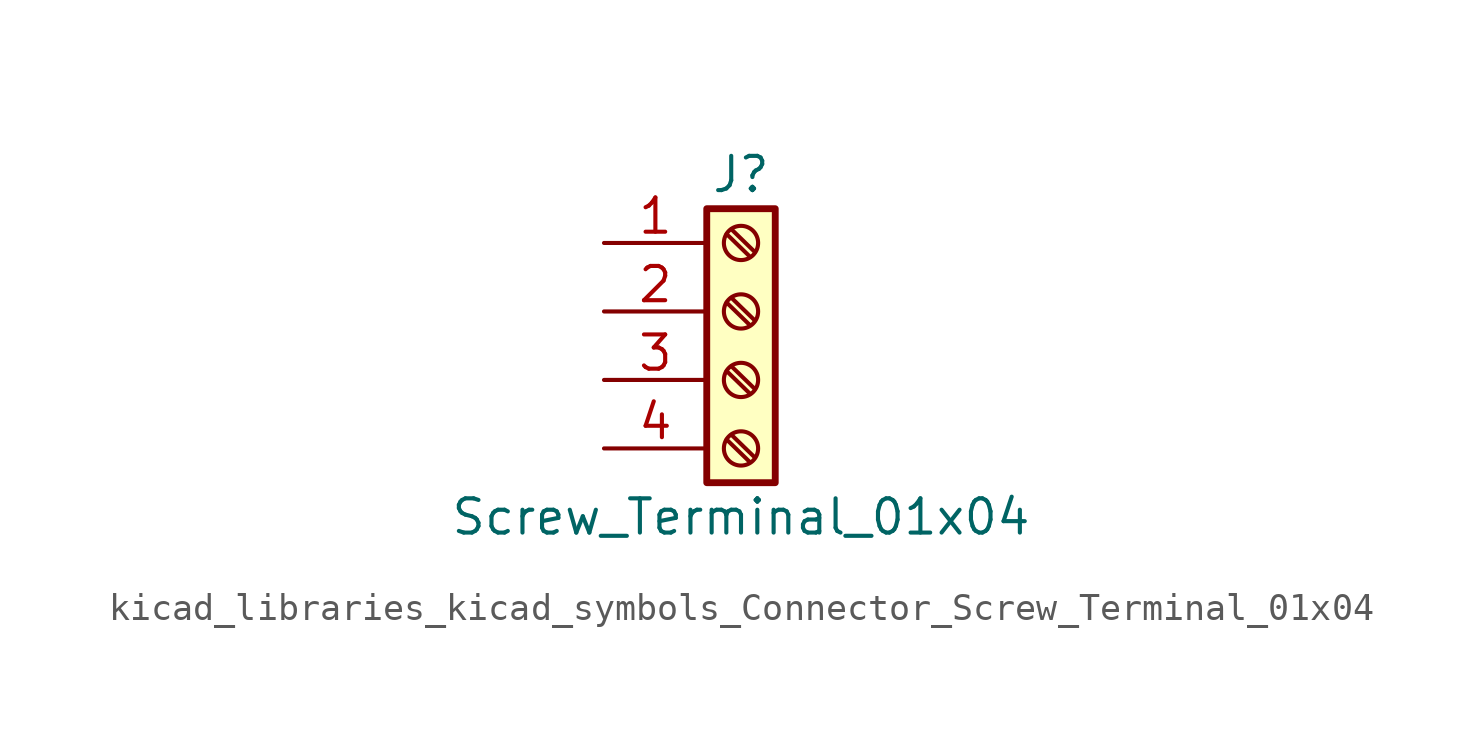
<source format=kicad_sym>
(kicad_symbol_lib
  (version 20220914)
  (generator kicad_symbol_editor)
  (symbol "kicad_libraries_kicad_symbols_Connector_Screw_Terminal_01x04"
    (pin_names
      (offset 1.016) hide)
    (property "Reference" "J"
      (at 0 5.08 0)
      (effects (font (size 1.27 1.27))))
    (property "Value" "Screw_Terminal_01x04"
      (at 0 -7.62 0)
      (effects (font (size 1.27 1.27))))
    (symbol "kicad_libraries_kicad_symbols_Connector_Screw_Terminal_01x04_1_1"
      (rectangle (start -1.27 3.81) (end 1.27 -6.35) (stroke (width 0.254) (type default)) (fill (type background)))
      (circle (center 0 -5.08) (radius 0.635) (stroke (width 0.152) (type default)) (fill (type none)))
      (circle (center 0 -2.54) (radius 0.635) (stroke (width 0.152) (type default)) (fill (type none)))
      (polyline (pts (xy -0.533 -4.75) (xy 0.33 -5.588)) (stroke (width 0.152) (type default)) (fill (type none)))
      (polyline (pts (xy -0.533 -2.21) (xy 0.33 -3.048)) (stroke (width 0.152) (type default)) (fill (type none)))
      (polyline (pts (xy -0.533 0.33) (xy 0.33 -0.508)) (stroke (width 0.152) (type default)) (fill (type none)))
      (polyline (pts (xy -0.533 2.87) (xy 0.33 2.032)) (stroke (width 0.152) (type default)) (fill (type none)))
      (polyline (pts (xy -0.356 -4.572) (xy 0.508 -5.41)) (stroke (width 0.152) (type default)) (fill (type none)))
      (polyline (pts (xy -0.356 -2.032) (xy 0.508 -2.87)) (stroke (width 0.152) (type default)) (fill (type none)))
      (polyline (pts (xy -0.356 0.508) (xy 0.508 -0.33)) (stroke (width 0.152) (type default)) (fill (type none)))
      (polyline (pts (xy -0.356 3.048) (xy 0.508 2.21)) (stroke (width 0.152) (type default)) (fill (type none)))
      (circle (center 0 0) (radius 0.635) (stroke (width 0.152) (type default)) (fill (type none)))
      (circle (center 0 2.54) (radius 0.635) (stroke (width 0.152) (type default)) (fill (type none)))
      (pin passive line (at -5.08 2.54 0) (length 3.81) (name "Pin_1" (effects (font (size 1.27 1.27)))) (number "1" (effects (font (size 1.27 1.27)))))
      (pin passive line (at -5.08 0 0) (length 3.81) (name "Pin_2" (effects (font (size 1.27 1.27)))) (number "2" (effects (font (size 1.27 1.27)))))
      (pin passive line (at -5.08 -2.54 0) (length 3.81) (name "Pin_3" (effects (font (size 1.27 1.27)))) (number "3" (effects (font (size 1.27 1.27)))))
      (pin passive line (at -5.08 -5.08 0) (length 3.81) (name "Pin_4" (effects (font (size 1.27 1.27)))) (number "4" (effects (font (size 1.27 1.27))))))))
</source>
